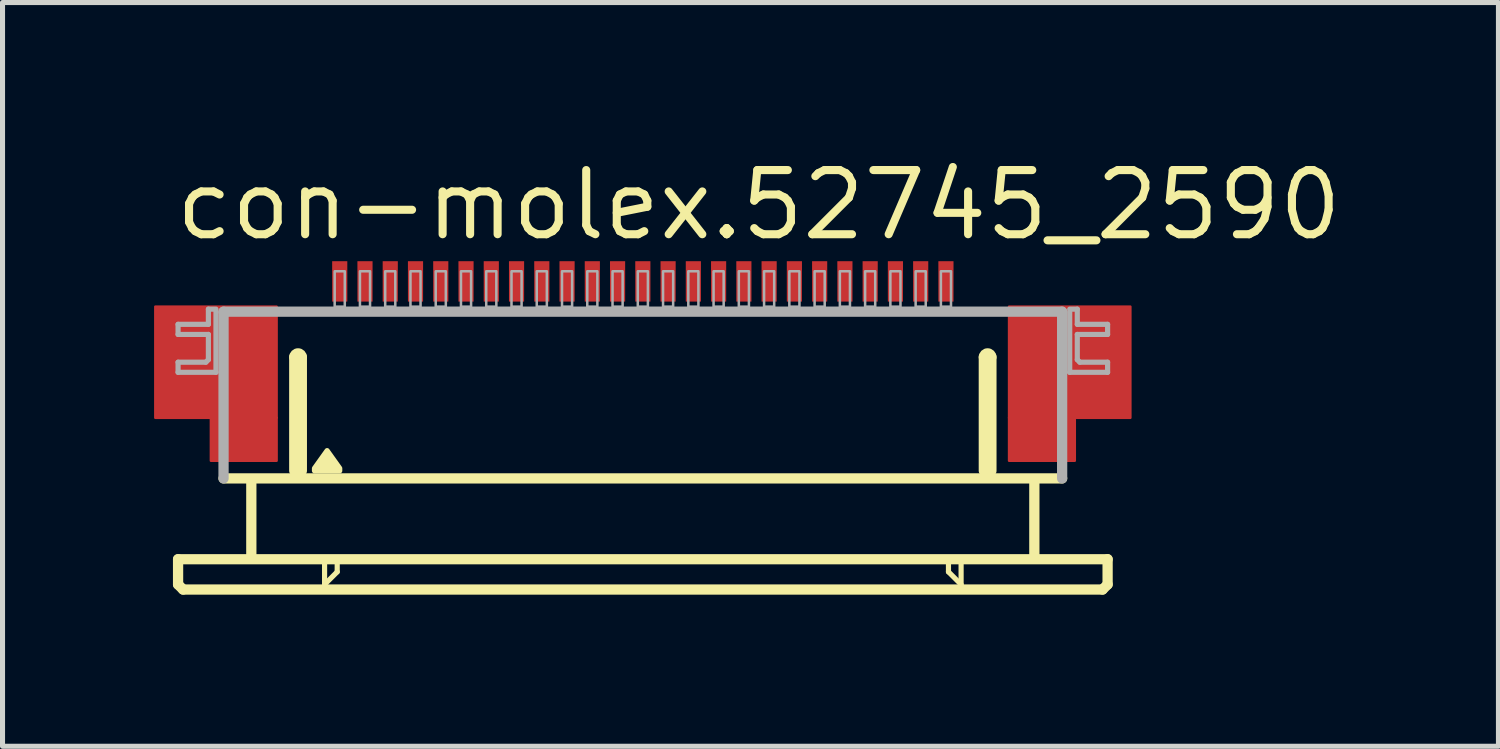
<source format=kicad_pcb>
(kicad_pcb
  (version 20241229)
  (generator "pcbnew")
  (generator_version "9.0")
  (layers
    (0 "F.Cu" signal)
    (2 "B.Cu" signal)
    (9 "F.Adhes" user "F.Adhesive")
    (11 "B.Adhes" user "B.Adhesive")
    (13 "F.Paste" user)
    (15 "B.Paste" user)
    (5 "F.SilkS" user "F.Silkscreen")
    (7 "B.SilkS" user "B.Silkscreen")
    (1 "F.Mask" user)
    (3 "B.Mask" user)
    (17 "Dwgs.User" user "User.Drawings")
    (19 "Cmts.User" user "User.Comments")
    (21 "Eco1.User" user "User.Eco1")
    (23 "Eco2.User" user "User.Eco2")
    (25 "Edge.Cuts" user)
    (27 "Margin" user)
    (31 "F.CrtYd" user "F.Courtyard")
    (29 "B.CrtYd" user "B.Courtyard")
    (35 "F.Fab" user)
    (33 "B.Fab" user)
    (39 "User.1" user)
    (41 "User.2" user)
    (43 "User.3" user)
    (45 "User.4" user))
  (footprint "con-molex.52745_2590"
    (layer "F.Cu")
    (at 9.675 5.02)
    (property "Reference" "con-molex.52745_2590" (at -9.33 -3.27 0) (layer "F.SilkS") (effects (font (size 1.27 1.27) (thickness 0.16)) (justify left bottom)))
    (attr smd)
    (fp_rect (start -9.65 0.2) (end -7.25 -2) (stroke (width 0.05) (type default)) (fill yes) (layer "F.Cu"))
    (fp_rect (start -8.55 1.05) (end -7.25 0.2) (stroke (width 0.05) (type default)) (fill yes) (layer "F.Cu"))
    (fp_rect (start 7.25 0.2) (end 9.65 -2) (stroke (width 0.05) (type default)) (fill yes) (layer "F.Cu"))
    (fp_rect (start 7.25 1.05) (end 8.55 0.2) (stroke (width 0.05) (type default)) (fill yes) (layer "F.Cu"))
    (fp_rect (start -9.65 0.2) (end -8.5 -2) (stroke (width 0.05) (type default)) (fill yes) (layer "F.Mask"))
    (fp_rect (start -8.55 1.05) (end -7.25 -2) (stroke (width 0.05) (type default)) (fill yes) (layer "F.Mask"))
    (fp_rect (start 7.25 1.05) (end 8.55 -2) (stroke (width 0.05) (type default)) (fill yes) (layer "F.Mask"))
    (fp_rect (start 8.5 0.2) (end 9.65 -2) (stroke (width 0.05) (type default)) (fill yes) (layer "F.Mask"))
    (fp_line (start -9.2 3) (end -9.2 3.5) (stroke (width 0.203) (type default)) (layer "F.SilkS"))
    (fp_line (start -9.2 3.5) (end -9.1 3.6) (stroke (width 0.203) (type default)) (layer "F.SilkS"))
    (fp_line (start -9.1 3.6) (end 9.1 3.6) (stroke (width 0.203) (type default)) (layer "F.SilkS"))
    (fp_line (start -7.75 1.5) (end -7.75 2.9) (stroke (width 0.203) (type default)) (layer "F.SilkS"))
    (fp_line (start -6.9 1.25) (end -6.9 -1) (stroke (width 0.203) (type default)) (layer "F.SilkS"))
    (fp_line (start -6.75 -1) (end -6.75 1.25) (stroke (width 0.203) (type default)) (layer "F.SilkS"))
    (fp_line (start -6.3 3.1) (end -6.3 3.5) (stroke (width 0.102) (type default)) (layer "F.SilkS"))
    (fp_line (start -6.3 3.5) (end -6.05 3.25) (stroke (width 0.102) (type default)) (layer "F.SilkS"))
    (fp_line (start -6.05 3.25) (end -6.05 3.1) (stroke (width 0.102) (type default)) (layer "F.SilkS"))
    (fp_line (start 6.05 3.1) (end 6.05 3.25) (stroke (width 0.102) (type default)) (layer "F.SilkS"))
    (fp_line (start 6.05 3.25) (end 6.3 3.5) (stroke (width 0.102) (type default)) (layer "F.SilkS"))
    (fp_line (start 6.3 3.5) (end 6.3 3.1) (stroke (width 0.102) (type default)) (layer "F.SilkS"))
    (fp_line (start 6.75 1.25) (end 6.75 -1) (stroke (width 0.203) (type default)) (layer "F.SilkS"))
    (fp_line (start 6.9 -1) (end 6.9 1.25) (stroke (width 0.203) (type default)) (layer "F.SilkS"))
    (fp_line (start 7.75 1.5) (end 7.75 2.9) (stroke (width 0.203) (type default)) (layer "F.SilkS"))
    (fp_line (start 8.3 1.4) (end -8.3 1.4) (stroke (width 0.203) (type default)) (layer "F.SilkS"))
    (fp_line (start 9.1 3.6) (end 9.2 3.5) (stroke (width 0.203) (type default)) (layer "F.SilkS"))
    (fp_line (start 9.2 3) (end -9.2 3) (stroke (width 0.203) (type default)) (layer "F.SilkS"))
    (fp_line (start 9.2 3.5) (end 9.2 3) (stroke (width 0.203) (type default)) (layer "F.SilkS"))
    (fp_arc (start -6.9 -1) (mid -6.825 -1.075) (end -6.75 -1) (stroke (width 0.2032) (type default)) (layer "F.SilkS"))
    (fp_arc (start 6.75 -1) (mid 6.825 -1.075) (end 6.9 -1) (stroke (width 0.2032) (type default)) (layer "F.SilkS"))
    (fp_poly (pts (xy -6.5 1.25) (xy -6.5 1.2) (xy -6.25 0.85) (xy -6 1.2) (xy -6 1.25)) (stroke (width 0.102) (type default)) (fill yes) (layer "F.SilkS"))
    (fp_rect (start -9.45 0.05) (end -7.45 -1.85) (stroke (width 0.05) (type default)) (fill yes) (layer "F.Paste"))
    (fp_rect (start 7.45 0.05) (end 9.45 -1.85) (stroke (width 0.05) (type default)) (fill yes) (layer "F.Paste"))
    (fp_line (start -9.2 -1.65) (end -9.2 -1.45) (stroke (width 0.102) (type default)) (layer "F.Fab"))
    (fp_line (start -9.2 -1.45) (end -8.6 -1.45) (stroke (width 0.102) (type default)) (layer "F.Fab"))
    (fp_line (start -9.2 -0.9) (end -9.2 -0.7) (stroke (width 0.102) (type default)) (layer "F.Fab"))
    (fp_line (start -9.2 -0.7) (end -8.45 -0.7) (stroke (width 0.102) (type default)) (layer "F.Fab"))
    (fp_line (start -8.65 -0.9) (end -9.2 -0.9) (stroke (width 0.102) (type default)) (layer "F.Fab"))
    (fp_line (start -8.6 -1.95) (end -8.6 -1.65) (stroke (width 0.102) (type default)) (layer "F.Fab"))
    (fp_line (start -8.6 -1.65) (end -9.2 -1.65) (stroke (width 0.102) (type default)) (layer "F.Fab"))
    (fp_line (start -8.6 -1.45) (end -8.6 -0.95) (stroke (width 0.102) (type default)) (layer "F.Fab"))
    (fp_line (start -8.6 -0.95) (end -8.65 -0.9) (stroke (width 0.102) (type default)) (layer "F.Fab"))
    (fp_line (start -8.45 -1.95) (end -8.6 -1.95) (stroke (width 0.102) (type default)) (layer "F.Fab"))
    (fp_line (start -8.45 -0.7) (end -8.45 -1.9) (stroke (width 0.102) (type default)) (layer "F.Fab"))
    (fp_line (start -8.3 -1.9) (end 8.3 -1.9) (stroke (width 0.203) (type default)) (layer "F.Fab"))
    (fp_line (start -8.3 1.4) (end -8.3 -1.9) (stroke (width 0.203) (type default)) (layer "F.Fab"))
    (fp_line (start 8.3 -1.9) (end 8.3 1.4) (stroke (width 0.203) (type default)) (layer "F.Fab"))
    (fp_line (start 8.45 -1.95) (end 8.6 -1.95) (stroke (width 0.102) (type default)) (layer "F.Fab"))
    (fp_line (start 8.45 -0.7) (end 8.45 -1.9) (stroke (width 0.102) (type default)) (layer "F.Fab"))
    (fp_line (start 8.6 -1.95) (end 8.6 -1.65) (stroke (width 0.102) (type default)) (layer "F.Fab"))
    (fp_line (start 8.6 -1.65) (end 9.2 -1.65) (stroke (width 0.102) (type default)) (layer "F.Fab"))
    (fp_line (start 8.6 -1.45) (end 8.6 -0.95) (stroke (width 0.102) (type default)) (layer "F.Fab"))
    (fp_line (start 8.6 -0.95) (end 8.65 -0.9) (stroke (width 0.102) (type default)) (layer "F.Fab"))
    (fp_line (start 8.65 -0.9) (end 9.2 -0.9) (stroke (width 0.102) (type default)) (layer "F.Fab"))
    (fp_line (start 9.2 -1.65) (end 9.2 -1.45) (stroke (width 0.102) (type default)) (layer "F.Fab"))
    (fp_line (start 9.2 -1.45) (end 8.6 -1.45) (stroke (width 0.102) (type default)) (layer "F.Fab"))
    (fp_line (start 9.2 -0.9) (end 9.2 -0.7) (stroke (width 0.102) (type default)) (layer "F.Fab"))
    (fp_line (start 9.2 -0.7) (end 8.45 -0.7) (stroke (width 0.102) (type default)) (layer "F.Fab"))
    (fp_rect (start -6.1 -2) (end -5.9 -2.7) (stroke (width 0.05) (type default)) (fill no) (layer "F.Fab"))
    (fp_rect (start -5.6 -2) (end -5.4 -2.7) (stroke (width 0.05) (type default)) (fill no) (layer "F.Fab"))
    (fp_rect (start -5.1 -2) (end -4.9 -2.7) (stroke (width 0.05) (type default)) (fill no) (layer "F.Fab"))
    (fp_rect (start -4.6 -2) (end -4.4 -2.7) (stroke (width 0.05) (type default)) (fill no) (layer "F.Fab"))
    (fp_rect (start -4.1 -2) (end -3.9 -2.7) (stroke (width 0.05) (type default)) (fill no) (layer "F.Fab"))
    (fp_rect (start -3.6 -2) (end -3.4 -2.7) (stroke (width 0.05) (type default)) (fill no) (layer "F.Fab"))
    (fp_rect (start -3.1 -2) (end -2.9 -2.7) (stroke (width 0.05) (type default)) (fill no) (layer "F.Fab"))
    (fp_rect (start -2.6 -2) (end -2.4 -2.7) (stroke (width 0.05) (type default)) (fill no) (layer "F.Fab"))
    (fp_rect (start -2.1 -2) (end -1.9 -2.7) (stroke (width 0.05) (type default)) (fill no) (layer "F.Fab"))
    (fp_rect (start -1.6 -2) (end -1.4 -2.7) (stroke (width 0.05) (type default)) (fill no) (layer "F.Fab"))
    (fp_rect (start -1.1 -2) (end -0.9 -2.7) (stroke (width 0.05) (type default)) (fill no) (layer "F.Fab"))
    (fp_rect (start -0.6 -2) (end -0.4 -2.7) (stroke (width 0.05) (type default)) (fill no) (layer "F.Fab"))
    (fp_rect (start -0.1 -2) (end 0.1 -2.7) (stroke (width 0.05) (type default)) (fill no) (layer "F.Fab"))
    (fp_rect (start 0.4 -2) (end 0.6 -2.7) (stroke (width 0.05) (type default)) (fill no) (layer "F.Fab"))
    (fp_rect (start 0.9 -2) (end 1.1 -2.7) (stroke (width 0.05) (type default)) (fill no) (layer "F.Fab"))
    (fp_rect (start 1.4 -2) (end 1.6 -2.7) (stroke (width 0.05) (type default)) (fill no) (layer "F.Fab"))
    (fp_rect (start 1.9 -2) (end 2.1 -2.7) (stroke (width 0.05) (type default)) (fill no) (layer "F.Fab"))
    (fp_rect (start 2.4 -2) (end 2.6 -2.7) (stroke (width 0.05) (type default)) (fill no) (layer "F.Fab"))
    (fp_rect (start 2.9 -2) (end 3.1 -2.7) (stroke (width 0.05) (type default)) (fill no) (layer "F.Fab"))
    (fp_rect (start 3.4 -2) (end 3.6 -2.7) (stroke (width 0.05) (type default)) (fill no) (layer "F.Fab"))
    (fp_rect (start 3.9 -2) (end 4.1 -2.7) (stroke (width 0.05) (type default)) (fill no) (layer "F.Fab"))
    (fp_rect (start 4.4 -2) (end 4.6 -2.7) (stroke (width 0.05) (type default)) (fill no) (layer "F.Fab"))
    (fp_rect (start 4.9 -2) (end 5.1 -2.7) (stroke (width 0.05) (type default)) (fill no) (layer "F.Fab"))
    (fp_rect (start 5.4 -2) (end 5.6 -2.7) (stroke (width 0.05) (type default)) (fill no) (layer "F.Fab"))
    (fp_rect (start 5.9 -2) (end 6.1 -2.7) (stroke (width 0.05) (type default)) (fill no) (layer "F.Fab"))
    (pad "1" smd roundrect (at -6 -2.5) (size 0.3 0.8) (layers "F.Cu" "F.Mask" "F.Paste") (roundrect_rratio 0.01))
    (pad "2" smd roundrect (at -5.5 -2.5) (size 0.3 0.8) (layers "F.Cu" "F.Mask" "F.Paste") (roundrect_rratio 0.01))
    (pad "3" smd roundrect (at -5 -2.5) (size 0.3 0.8) (layers "F.Cu" "F.Mask" "F.Paste") (roundrect_rratio 0.01))
    (pad "4" smd roundrect (at -4.5 -2.5) (size 0.3 0.8) (layers "F.Cu" "F.Mask" "F.Paste") (roundrect_rratio 0.01))
    (pad "5" smd roundrect (at -4 -2.5) (size 0.3 0.8) (layers "F.Cu" "F.Mask" "F.Paste") (roundrect_rratio 0.01))
    (pad "6" smd roundrect (at -3.5 -2.5) (size 0.3 0.8) (layers "F.Cu" "F.Mask" "F.Paste") (roundrect_rratio 0.01))
    (pad "7" smd roundrect (at -3 -2.5) (size 0.3 0.8) (layers "F.Cu" "F.Mask" "F.Paste") (roundrect_rratio 0.01))
    (pad "8" smd roundrect (at -2.5 -2.5) (size 0.3 0.8) (layers "F.Cu" "F.Mask" "F.Paste") (roundrect_rratio 0.01))
    (pad "9" smd roundrect (at -2 -2.5) (size 0.3 0.8) (layers "F.Cu" "F.Mask" "F.Paste") (roundrect_rratio 0.01))
    (pad "10" smd roundrect (at -1.5 -2.5) (size 0.3 0.8) (layers "F.Cu" "F.Mask" "F.Paste") (roundrect_rratio 0.01))
    (pad "11" smd roundrect (at -1 -2.5) (size 0.3 0.8) (layers "F.Cu" "F.Mask" "F.Paste") (roundrect_rratio 0.01))
    (pad "12" smd roundrect (at -0.5 -2.5) (size 0.3 0.8) (layers "F.Cu" "F.Mask" "F.Paste") (roundrect_rratio 0.01))
    (pad "13" smd roundrect (at 0 -2.5) (size 0.3 0.8) (layers "F.Cu" "F.Mask" "F.Paste") (roundrect_rratio 0.01))
    (pad "14" smd roundrect (at 0.5 -2.5) (size 0.3 0.8) (layers "F.Cu" "F.Mask" "F.Paste") (roundrect_rratio 0.01))
    (pad "15" smd roundrect (at 1 -2.5) (size 0.3 0.8) (layers "F.Cu" "F.Mask" "F.Paste") (roundrect_rratio 0.01))
    (pad "16" smd roundrect (at 1.5 -2.5) (size 0.3 0.8) (layers "F.Cu" "F.Mask" "F.Paste") (roundrect_rratio 0.01))
    (pad "17" smd roundrect (at 2 -2.5) (size 0.3 0.8) (layers "F.Cu" "F.Mask" "F.Paste") (roundrect_rratio 0.01))
    (pad "18" smd roundrect (at 2.5 -2.5) (size 0.3 0.8) (layers "F.Cu" "F.Mask" "F.Paste") (roundrect_rratio 0.01))
    (pad "19" smd roundrect (at 3 -2.5) (size 0.3 0.8) (layers "F.Cu" "F.Mask" "F.Paste") (roundrect_rratio 0.01))
    (pad "20" smd roundrect (at 3.5 -2.5) (size 0.3 0.8) (layers "F.Cu" "F.Mask" "F.Paste") (roundrect_rratio 0.01))
    (pad "21" smd roundrect (at 4 -2.5) (size 0.3 0.8) (layers "F.Cu" "F.Mask" "F.Paste") (roundrect_rratio 0.01))
    (pad "22" smd roundrect (at 4.5 -2.5) (size 0.3 0.8) (layers "F.Cu" "F.Mask" "F.Paste") (roundrect_rratio 0.01))
    (pad "23" smd roundrect (at 5 -2.5) (size 0.3 0.8) (layers "F.Cu" "F.Mask" "F.Paste") (roundrect_rratio 0.01))
    (pad "24" smd roundrect (at 5.5 -2.5) (size 0.3 0.8) (layers "F.Cu" "F.Mask" "F.Paste") (roundrect_rratio 0.01))
    (pad "25" smd roundrect (at 6 -2.5) (size 0.3 0.8) (layers "F.Cu" "F.Mask" "F.Paste") (roundrect_rratio 0.01)))
  (gr_rect
    (start -3 -3)
    (end 26.612 11.722)
    (stroke (width 0.1) (type default))
    (fill no)
    (layer "Edge.Cuts")))
</source>
